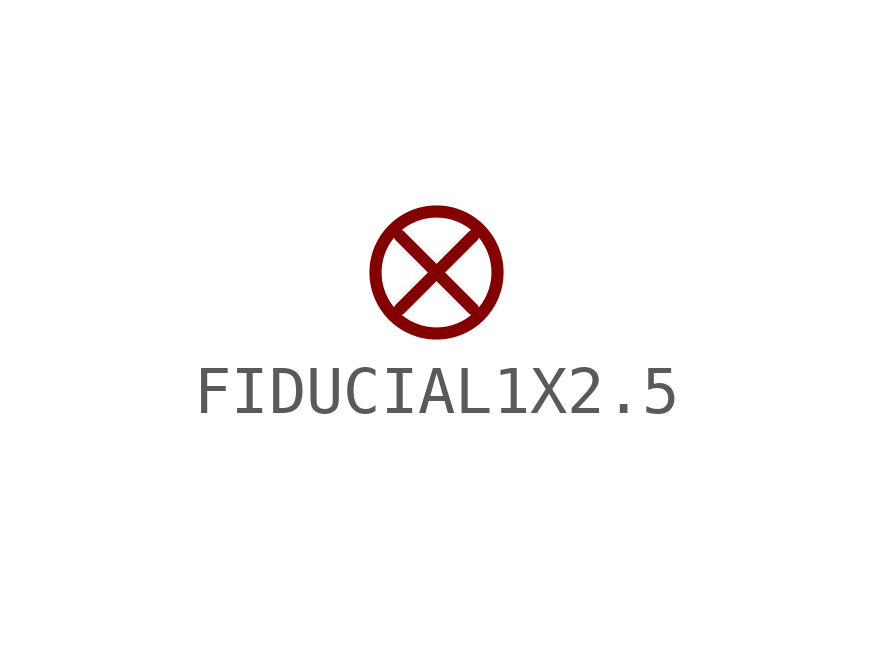
<source format=kicad_sym>
(kicad_symbol_lib
  (version 20220914)
  (generator kicad_symbol_editor)
  (symbol "FIDUCIAL1X2.5"
    (property "Reference" "JP"
      (at 0 0 0)
      (effects (font (size 1.27 1.27)) hide))
    (property "ki_locked" ""
      (at 0 0 0)
      (effects (font (size 1.27 1.27))))
    (symbol "FIDUCIAL1X2.5_1_0"
      (polyline (pts (xy -0.762 0.762) (xy 0.762 -0.762)) (stroke (width 0.254) (type solid)) (fill (type none)))
      (polyline (pts (xy 0.762 0.762) (xy -0.762 -0.762)) (stroke (width 0.254) (type solid)) (fill (type none)))
      (circle (center 0 0) (radius 1.27) (stroke (width 0.254) (type solid)) (fill (type none))))))
</source>
